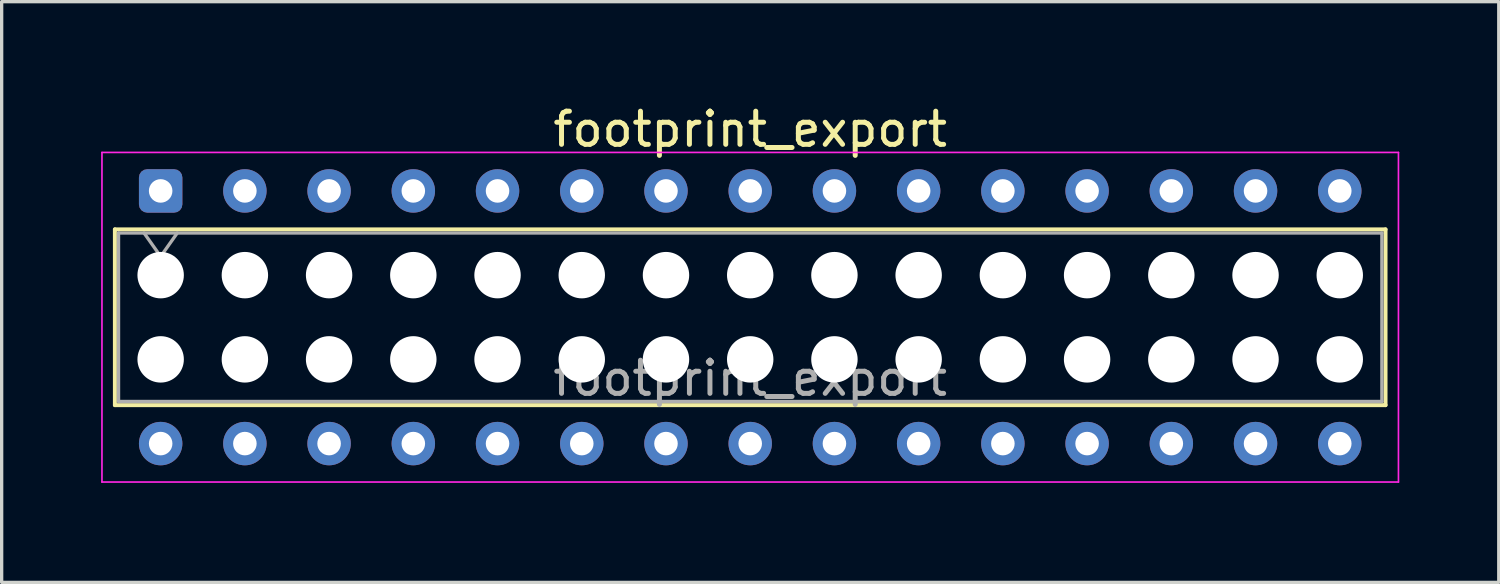
<source format=kicad_pcb>
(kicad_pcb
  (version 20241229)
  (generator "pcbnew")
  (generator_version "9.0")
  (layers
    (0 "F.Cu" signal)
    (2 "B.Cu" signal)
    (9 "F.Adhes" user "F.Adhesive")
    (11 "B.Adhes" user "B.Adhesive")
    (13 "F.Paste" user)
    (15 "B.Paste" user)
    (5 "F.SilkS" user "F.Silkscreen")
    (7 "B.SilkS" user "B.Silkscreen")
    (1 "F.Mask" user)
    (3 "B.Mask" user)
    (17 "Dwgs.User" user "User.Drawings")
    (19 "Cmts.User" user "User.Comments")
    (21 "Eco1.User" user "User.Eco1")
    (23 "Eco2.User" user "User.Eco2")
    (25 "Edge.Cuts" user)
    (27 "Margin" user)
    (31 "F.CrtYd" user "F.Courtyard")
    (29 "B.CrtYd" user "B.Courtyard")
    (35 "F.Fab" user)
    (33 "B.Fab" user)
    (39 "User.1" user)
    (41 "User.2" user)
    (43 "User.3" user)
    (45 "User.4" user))
  (footprint "footprint_export"
    (layer "F.Cu")
    (at 1.795 2.708)
    (property "Reference" "footprint_export" (at 17.78 -1.86 0) (layer "F.SilkS") (effects (font (size 1 1) (thickness 0.15))))
    (attr through_hole)
    (fp_line (start -1.38 1.16) (end 36.94 1.16) (stroke (width 0.12) (type solid)) (layer "F.SilkS"))
    (fp_line (start -1.38 6.46) (end -1.38 1.16) (stroke (width 0.12) (type solid)) (layer "F.SilkS"))
    (fp_line (start 36.94 1.16) (end 36.94 6.46) (stroke (width 0.12) (type solid)) (layer "F.SilkS"))
    (fp_line (start 36.94 6.46) (end -1.38 6.46) (stroke (width 0.12) (type solid)) (layer "F.SilkS"))
    (fp_line (start -1.77 -1.16) (end 37.33 -1.16) (stroke (width 0.05) (type solid)) (layer "F.CrtYd"))
    (fp_line (start -1.77 8.78) (end -1.77 -1.16) (stroke (width 0.05) (type solid)) (layer "F.CrtYd"))
    (fp_line (start 37.33 -1.16) (end 37.33 8.78) (stroke (width 0.05) (type solid)) (layer "F.CrtYd"))
    (fp_line (start 37.33 8.78) (end -1.77 8.78) (stroke (width 0.05) (type solid)) (layer "F.CrtYd"))
    (fp_line (start -1.27 1.27) (end 36.83 1.27) (stroke (width 0.1) (type solid)) (layer "F.Fab"))
    (fp_line (start -1.27 6.35) (end -1.27 1.27) (stroke (width 0.1) (type solid)) (layer "F.Fab"))
    (fp_line (start -0.5 1.27) (end 0 1.977) (stroke (width 0.1) (type solid)) (layer "F.Fab"))
    (fp_line (start 0 1.977) (end 0.5 1.27) (stroke (width 0.1) (type solid)) (layer "F.Fab"))
    (fp_line (start 36.83 1.27) (end 36.83 6.35) (stroke (width 0.1) (type solid)) (layer "F.Fab"))
    (fp_line (start 36.83 6.35) (end -1.27 6.35) (stroke (width 0.1) (type solid)) (layer "F.Fab"))
    (fp_text user "${REFERENCE}" (at 17.78 5.65 0) (layer "F.Fab") (effects (font (size 1 1) (thickness 0.15))))
    (pad "" np_thru_hole circle (at 0 2.54) (size 1.4 1.4) (drill 1.4) (layers "*.Cu" "*.Mask"))
    (pad "" np_thru_hole circle (at 0 5.08) (size 1.4 1.4) (drill 1.4) (layers "*.Cu" "*.Mask"))
    (pad "" np_thru_hole circle (at 2.54 2.54) (size 1.4 1.4) (drill 1.4) (layers "*.Cu" "*.Mask"))
    (pad "" np_thru_hole circle (at 2.54 5.08) (size 1.4 1.4) (drill 1.4) (layers "*.Cu" "*.Mask"))
    (pad "" np_thru_hole circle (at 5.08 2.54) (size 1.4 1.4) (drill 1.4) (layers "*.Cu" "*.Mask"))
    (pad "" np_thru_hole circle (at 5.08 5.08) (size 1.4 1.4) (drill 1.4) (layers "*.Cu" "*.Mask"))
    (pad "" np_thru_hole circle (at 7.62 2.54) (size 1.4 1.4) (drill 1.4) (layers "*.Cu" "*.Mask"))
    (pad "" np_thru_hole circle (at 7.62 5.08) (size 1.4 1.4) (drill 1.4) (layers "*.Cu" "*.Mask"))
    (pad "" np_thru_hole circle (at 10.16 2.54) (size 1.4 1.4) (drill 1.4) (layers "*.Cu" "*.Mask"))
    (pad "" np_thru_hole circle (at 10.16 5.08) (size 1.4 1.4) (drill 1.4) (layers "*.Cu" "*.Mask"))
    (pad "" np_thru_hole circle (at 12.7 2.54) (size 1.4 1.4) (drill 1.4) (layers "*.Cu" "*.Mask"))
    (pad "" np_thru_hole circle (at 12.7 5.08) (size 1.4 1.4) (drill 1.4) (layers "*.Cu" "*.Mask"))
    (pad "" np_thru_hole circle (at 15.24 2.54) (size 1.4 1.4) (drill 1.4) (layers "*.Cu" "*.Mask"))
    (pad "" np_thru_hole circle (at 15.24 5.08) (size 1.4 1.4) (drill 1.4) (layers "*.Cu" "*.Mask"))
    (pad "" np_thru_hole circle (at 17.78 2.54) (size 1.4 1.4) (drill 1.4) (layers "*.Cu" "*.Mask"))
    (pad "" np_thru_hole circle (at 17.78 5.08) (size 1.4 1.4) (drill 1.4) (layers "*.Cu" "*.Mask"))
    (pad "" np_thru_hole circle (at 20.32 2.54) (size 1.4 1.4) (drill 1.4) (layers "*.Cu" "*.Mask"))
    (pad "" np_thru_hole circle (at 20.32 5.08) (size 1.4 1.4) (drill 1.4) (layers "*.Cu" "*.Mask"))
    (pad "" np_thru_hole circle (at 22.86 2.54) (size 1.4 1.4) (drill 1.4) (layers "*.Cu" "*.Mask"))
    (pad "" np_thru_hole circle (at 22.86 5.08) (size 1.4 1.4) (drill 1.4) (layers "*.Cu" "*.Mask"))
    (pad "" np_thru_hole circle (at 25.4 2.54) (size 1.4 1.4) (drill 1.4) (layers "*.Cu" "*.Mask"))
    (pad "" np_thru_hole circle (at 25.4 5.08) (size 1.4 1.4) (drill 1.4) (layers "*.Cu" "*.Mask"))
    (pad "" np_thru_hole circle (at 27.94 2.54) (size 1.4 1.4) (drill 1.4) (layers "*.Cu" "*.Mask"))
    (pad "" np_thru_hole circle (at 27.94 5.08) (size 1.4 1.4) (drill 1.4) (layers "*.Cu" "*.Mask"))
    (pad "" np_thru_hole circle (at 30.48 2.54) (size 1.4 1.4) (drill 1.4) (layers "*.Cu" "*.Mask"))
    (pad "" np_thru_hole circle (at 30.48 5.08) (size 1.4 1.4) (drill 1.4) (layers "*.Cu" "*.Mask"))
    (pad "" np_thru_hole circle (at 33.02 2.54) (size 1.4 1.4) (drill 1.4) (layers "*.Cu" "*.Mask"))
    (pad "" np_thru_hole circle (at 33.02 5.08) (size 1.4 1.4) (drill 1.4) (layers "*.Cu" "*.Mask"))
    (pad "" np_thru_hole circle (at 35.56 2.54) (size 1.4 1.4) (drill 1.4) (layers "*.Cu" "*.Mask"))
    (pad "" np_thru_hole circle (at 35.56 5.08) (size 1.4 1.4) (drill 1.4) (layers "*.Cu" "*.Mask"))
    (pad "1" thru_hole roundrect (at 0 0) (size 1.31 1.31) (drill 0.71) (layers "*.Cu" "*.Mask") (roundrect_rratio 0.191))
    (pad "2" thru_hole circle (at 0 7.62) (size 1.31 1.31) (drill 0.71) (layers "*.Cu" "*.Mask"))
    (pad "3" thru_hole circle (at 2.54 0) (size 1.31 1.31) (drill 0.71) (layers "*.Cu" "*.Mask"))
    (pad "4" thru_hole circle (at 2.54 7.62) (size 1.31 1.31) (drill 0.71) (layers "*.Cu" "*.Mask"))
    (pad "5" thru_hole circle (at 5.08 0) (size 1.31 1.31) (drill 0.71) (layers "*.Cu" "*.Mask"))
    (pad "6" thru_hole circle (at 5.08 7.62) (size 1.31 1.31) (drill 0.71) (layers "*.Cu" "*.Mask"))
    (pad "7" thru_hole circle (at 7.62 0) (size 1.31 1.31) (drill 0.71) (layers "*.Cu" "*.Mask"))
    (pad "8" thru_hole circle (at 7.62 7.62) (size 1.31 1.31) (drill 0.71) (layers "*.Cu" "*.Mask"))
    (pad "9" thru_hole circle (at 10.16 0) (size 1.31 1.31) (drill 0.71) (layers "*.Cu" "*.Mask"))
    (pad "10" thru_hole circle (at 10.16 7.62) (size 1.31 1.31) (drill 0.71) (layers "*.Cu" "*.Mask"))
    (pad "11" thru_hole circle (at 12.7 0) (size 1.31 1.31) (drill 0.71) (layers "*.Cu" "*.Mask"))
    (pad "12" thru_hole circle (at 12.7 7.62) (size 1.31 1.31) (drill 0.71) (layers "*.Cu" "*.Mask"))
    (pad "13" thru_hole circle (at 15.24 0) (size 1.31 1.31) (drill 0.71) (layers "*.Cu" "*.Mask"))
    (pad "14" thru_hole circle (at 15.24 7.62) (size 1.31 1.31) (drill 0.71) (layers "*.Cu" "*.Mask"))
    (pad "15" thru_hole circle (at 17.78 0) (size 1.31 1.31) (drill 0.71) (layers "*.Cu" "*.Mask"))
    (pad "16" thru_hole circle (at 17.78 7.62) (size 1.31 1.31) (drill 0.71) (layers "*.Cu" "*.Mask"))
    (pad "17" thru_hole circle (at 20.32 0) (size 1.31 1.31) (drill 0.71) (layers "*.Cu" "*.Mask"))
    (pad "18" thru_hole circle (at 20.32 7.62) (size 1.31 1.31) (drill 0.71) (layers "*.Cu" "*.Mask"))
    (pad "19" thru_hole circle (at 22.86 0) (size 1.31 1.31) (drill 0.71) (layers "*.Cu" "*.Mask"))
    (pad "20" thru_hole circle (at 22.86 7.62) (size 1.31 1.31) (drill 0.71) (layers "*.Cu" "*.Mask"))
    (pad "21" thru_hole circle (at 25.4 0) (size 1.31 1.31) (drill 0.71) (layers "*.Cu" "*.Mask"))
    (pad "22" thru_hole circle (at 25.4 7.62) (size 1.31 1.31) (drill 0.71) (layers "*.Cu" "*.Mask"))
    (pad "23" thru_hole circle (at 27.94 0) (size 1.31 1.31) (drill 0.71) (layers "*.Cu" "*.Mask"))
    (pad "24" thru_hole circle (at 27.94 7.62) (size 1.31 1.31) (drill 0.71) (layers "*.Cu" "*.Mask"))
    (pad "25" thru_hole circle (at 30.48 0) (size 1.31 1.31) (drill 0.71) (layers "*.Cu" "*.Mask"))
    (pad "26" thru_hole circle (at 30.48 7.62) (size 1.31 1.31) (drill 0.71) (layers "*.Cu" "*.Mask"))
    (pad "27" thru_hole circle (at 33.02 0) (size 1.31 1.31) (drill 0.71) (layers "*.Cu" "*.Mask"))
    (pad "28" thru_hole circle (at 33.02 7.62) (size 1.31 1.31) (drill 0.71) (layers "*.Cu" "*.Mask"))
    (pad "29" thru_hole circle (at 35.56 0) (size 1.31 1.31) (drill 0.71) (layers "*.Cu" "*.Mask"))
    (pad "30" thru_hole circle (at 35.56 7.62) (size 1.31 1.31) (drill 0.71) (layers "*.Cu" "*.Mask")))
  (gr_rect
    (start -3 -3)
    (end 42.15 14.513)
    (stroke (width 0.1) (type default))
    (fill no)
    (layer "Edge.Cuts")))
</source>
